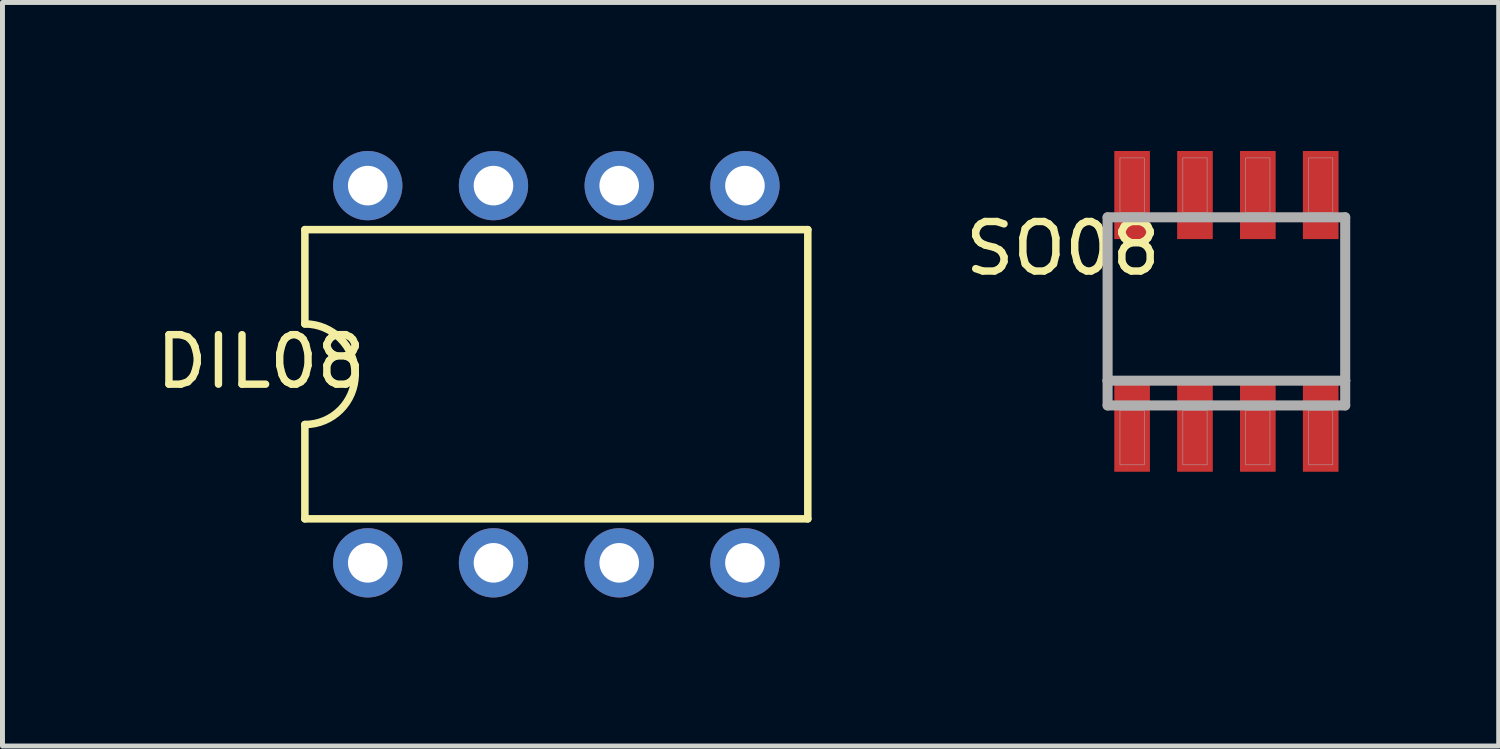
<source format=kicad_pcb>
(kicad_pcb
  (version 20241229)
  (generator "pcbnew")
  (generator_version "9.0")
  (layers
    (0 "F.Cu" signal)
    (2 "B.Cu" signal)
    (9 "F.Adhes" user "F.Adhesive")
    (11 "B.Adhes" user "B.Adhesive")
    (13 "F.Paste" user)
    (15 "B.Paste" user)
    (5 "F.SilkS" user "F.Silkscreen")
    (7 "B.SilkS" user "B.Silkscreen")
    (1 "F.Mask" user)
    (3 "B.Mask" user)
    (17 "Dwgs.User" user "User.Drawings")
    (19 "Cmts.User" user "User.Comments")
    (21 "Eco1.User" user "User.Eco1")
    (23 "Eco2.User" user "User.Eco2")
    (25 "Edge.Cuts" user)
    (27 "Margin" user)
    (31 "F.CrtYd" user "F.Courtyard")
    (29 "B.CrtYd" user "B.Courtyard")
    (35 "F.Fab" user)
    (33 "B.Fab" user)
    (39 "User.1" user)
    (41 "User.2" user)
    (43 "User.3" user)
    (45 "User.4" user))
  (footprint "DIL08"
    (layer "F.Cu")
    (at 8.189 4.51)
    (property "Reference" "DIL08" (at -5.969 -0.254 180) (layer "F.SilkS") (effects (font (size 1 1) (thickness 0.15))))
    (attr through_hole)
    (fp_line (start -5.08 -2.921) (end -5.08 -1.016) (stroke (width 0.152) (type solid)) (layer "F.SilkS"))
    (fp_line (start -5.08 2.921) (end -5.08 1.016) (stroke (width 0.152) (type solid)) (layer "F.SilkS"))
    (fp_line (start -5.08 2.921) (end 5.08 2.921) (stroke (width 0.152) (type solid)) (layer "F.SilkS"))
    (fp_line (start 5.08 -2.921) (end -5.08 -2.921) (stroke (width 0.152) (type solid)) (layer "F.SilkS"))
    (fp_line (start 5.08 -2.921) (end 5.08 2.921) (stroke (width 0.152) (type solid)) (layer "F.SilkS"))
    (fp_arc (start -5.08 -1.016) (mid -4.064 0) (end -5.08 1.016) (stroke (width 0.1524) (type solid)) (layer "F.SilkS"))
    (pad "1" thru_hole circle (at -3.81 3.81) (size 1.4 1.4) (drill 0.8) (layers "*.Cu" "*.Mask"))
    (pad "2" thru_hole circle (at -1.27 3.81) (size 1.4 1.4) (drill 0.8) (layers "*.Cu" "*.Mask"))
    (pad "3" thru_hole circle (at 1.27 3.81) (size 1.4 1.4) (drill 0.8) (layers "*.Cu" "*.Mask"))
    (pad "4" thru_hole circle (at 3.81 3.81) (size 1.4 1.4) (drill 0.8) (layers "*.Cu" "*.Mask"))
    (pad "5" thru_hole circle (at 3.81 -3.81) (size 1.4 1.4) (drill 0.8) (layers "*.Cu" "*.Mask"))
    (pad "6" thru_hole circle (at 1.27 -3.81) (size 1.4 1.4) (drill 0.8) (layers "*.Cu" "*.Mask"))
    (pad "7" thru_hole circle (at -1.27 -3.81) (size 1.4 1.4) (drill 0.8) (layers "*.Cu" "*.Mask"))
    (pad "8" thru_hole circle (at -3.81 -3.81) (size 1.4 1.4) (drill 0.8) (layers "*.Cu" "*.Mask")))
  (footprint "SO08"
    (layer "F.Cu")
    (at 21.725 3.24)
    (property "Reference" "SO08" (at -3.302 -1.27 180) (layer "F.SilkS") (effects (font (size 1 1) (thickness 0.15))))
    (attr smd)
    (fp_line (start -2.4 -1.9) (end 2.4 -1.9) (stroke (width 0.203) (type solid)) (layer "F.Fab"))
    (fp_line (start -2.4 1.4) (end -2.4 -1.9) (stroke (width 0.203) (type solid)) (layer "F.Fab"))
    (fp_line (start -2.4 1.9) (end -2.4 1.4) (stroke (width 0.203) (type solid)) (layer "F.Fab"))
    (fp_line (start 2.4 -1.9) (end 2.4 1.4) (stroke (width 0.203) (type solid)) (layer "F.Fab"))
    (fp_line (start 2.4 1.4) (end -2.4 1.4) (stroke (width 0.203) (type solid)) (layer "F.Fab"))
    (fp_line (start 2.4 1.4) (end 2.4 1.9) (stroke (width 0.203) (type solid)) (layer "F.Fab"))
    (fp_line (start 2.4 1.9) (end -2.4 1.9) (stroke (width 0.203) (type solid)) (layer "F.Fab"))
    (fp_poly (pts (xy -2.15 -3.1) (xy -1.66 -3.1) (xy -1.66 -2) (xy -2.15 -2)) (stroke (width 0.01) (type solid)) (fill no) (layer "F.Fab"))
    (fp_poly (pts (xy -2.15 2) (xy -1.66 2) (xy -1.66 3.1) (xy -2.15 3.1)) (stroke (width 0.01) (type solid)) (fill no) (layer "F.Fab"))
    (fp_poly (pts (xy -0.88 -3.1) (xy -0.39 -3.1) (xy -0.39 -2) (xy -0.88 -2)) (stroke (width 0.01) (type solid)) (fill no) (layer "F.Fab"))
    (fp_poly (pts (xy -0.88 2) (xy -0.39 2) (xy -0.39 3.1) (xy -0.88 3.1)) (stroke (width 0.01) (type solid)) (fill no) (layer "F.Fab"))
    (fp_poly (pts (xy 0.39 -3.1) (xy 0.88 -3.1) (xy 0.88 -2) (xy 0.39 -2)) (stroke (width 0.01) (type solid)) (fill no) (layer "F.Fab"))
    (fp_poly (pts (xy 0.39 2) (xy 0.88 2) (xy 0.88 3.1) (xy 0.39 3.1)) (stroke (width 0.01) (type solid)) (fill no) (layer "F.Fab"))
    (fp_poly (pts (xy 1.66 -3.1) (xy 2.15 -3.1) (xy 2.15 -2) (xy 1.66 -2)) (stroke (width 0.01) (type solid)) (fill no) (layer "F.Fab"))
    (fp_poly (pts (xy 1.66 2) (xy 2.15 2) (xy 2.15 3.1) (xy 1.66 3.1)) (stroke (width 0.01) (type solid)) (fill no) (layer "F.Fab"))
    (pad "1" smd rect (at -1.905 2.35) (size 0.72 1.78) (layers "F.Cu" "F.Mask" "F.Paste"))
    (pad "2" smd rect (at -0.635 2.35) (size 0.72 1.78) (layers "F.Cu" "F.Mask" "F.Paste"))
    (pad "3" smd rect (at 0.635 2.35) (size 0.72 1.78) (layers "F.Cu" "F.Mask" "F.Paste"))
    (pad "4" smd rect (at 1.905 2.35) (size 0.72 1.78) (layers "F.Cu" "F.Mask" "F.Paste"))
    (pad "5" smd rect (at 1.905 -2.35) (size 0.72 1.78) (layers "F.Cu" "F.Mask" "F.Paste"))
    (pad "6" smd rect (at 0.635 -2.35) (size 0.72 1.78) (layers "F.Cu" "F.Mask" "F.Paste"))
    (pad "7" smd rect (at -0.635 -2.35) (size 0.72 1.78) (layers "F.Cu" "F.Mask" "F.Paste"))
    (pad "8" smd rect (at -1.905 -2.35) (size 0.72 1.78) (layers "F.Cu" "F.Mask" "F.Paste")))
  (gr_rect
    (start -3 -3)
    (end 27.226 12.02)
    (stroke (width 0.1) (type default))
    (fill no)
    (layer "Edge.Cuts")))
</source>
